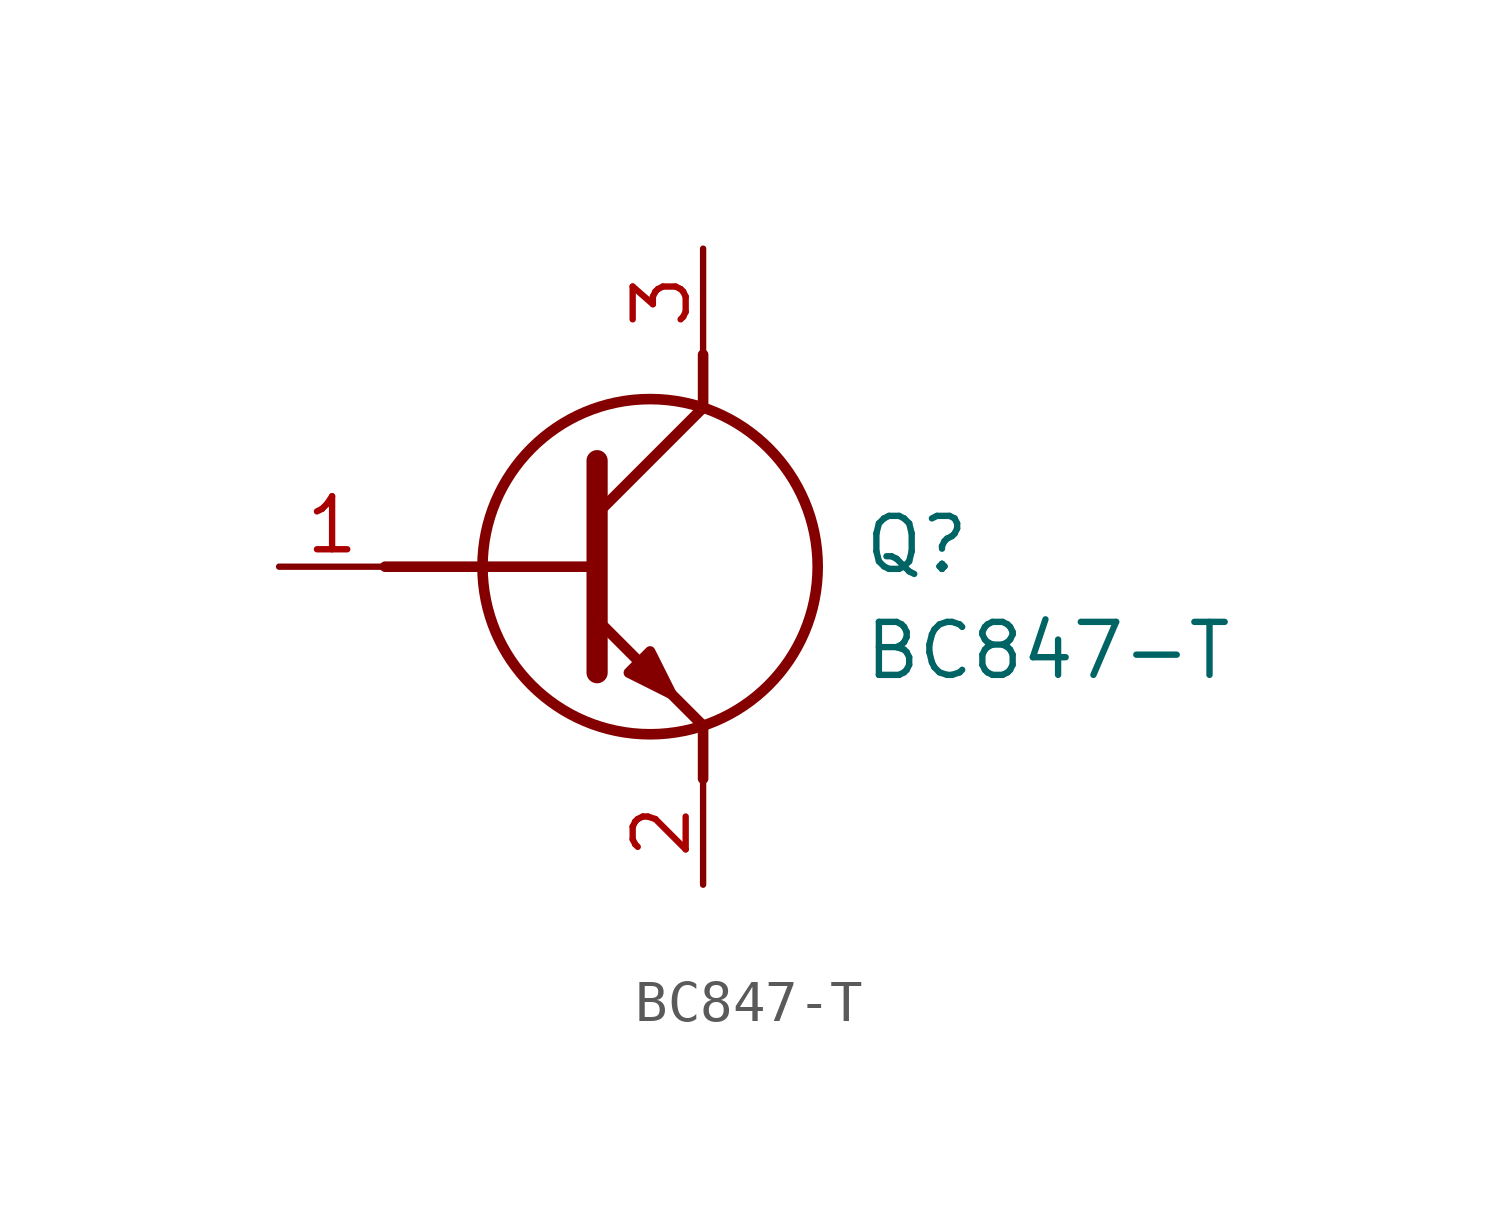
<source format=kicad_sym>
(kicad_symbol_lib
  (version 20211014)
  (generator SamacSys_ECAD_Model)
  (symbol "BC847-T"
    (pin_names hide)
    (property "Reference" "Q"
      (at 13.97 1.27 0)
      (effects (font (size 1.27 1.27)) (justify left top)))
    (property "Value" "BC847-T"
      (at 13.97 -1.27 0)
      (effects (font (size 1.27 1.27)) (justify left top)))
    (polyline
      (pts (xy 7.62 2.54) (xy 7.62 -2.54))
      (stroke (width 0.508) (type default))
      (fill (type none)))
    (polyline
      (pts (xy 7.62 1.27) (xy 10.16 3.81))
      (stroke (width 0.254) (type default))
      (fill (type none)))
    (polyline
      (pts (xy 7.62 -1.27) (xy 10.16 -3.81))
      (stroke (width 0.254) (type default))
      (fill (type none)))
    (polyline
      (pts (xy 10.16 -3.81) (xy 10.16 -5.08))
      (stroke (width 0.254) (type default))
      (fill (type none)))
    (polyline
      (pts (xy 10.16 3.81) (xy 10.16 5.08))
      (stroke (width 0.254) (type default))
      (fill (type none)))
    (polyline
      (pts (xy 2.54 0) (xy 7.62 0))
      (stroke (width 0.254) (type default))
      (fill (type none)))
    (circle
      (center 8.89 0)
      (radius 4.016)
      (stroke (width 0.254) (type default))
      (fill (type none)))
    (polyline
      (pts (xy 8.382 -2.54) (xy 8.89 -2.032) (xy 9.398 -3.048) (xy 8.382 -2.54))
      (stroke (width 0.254) (type default))
      (fill (type outline)))
    (pin passive line
      (at 0 0 0)
      (length 2.54)
      (name "B" (effects (font (size 1.27 1.27))))
      (number "1" (effects (font (size 1.27 1.27)))))
    (pin passive line
      (at 10.16 -7.62 90)
      (length 2.54)
      (name "E" (effects (font (size 1.27 1.27))))
      (number "2" (effects (font (size 1.27 1.27)))))
    (pin passive line
      (at 10.16 7.62 270)
      (length 2.54)
      (name "C" (effects (font (size 1.27 1.27))))
      (number "3" (effects (font (size 1.27 1.27)))))))
</source>
